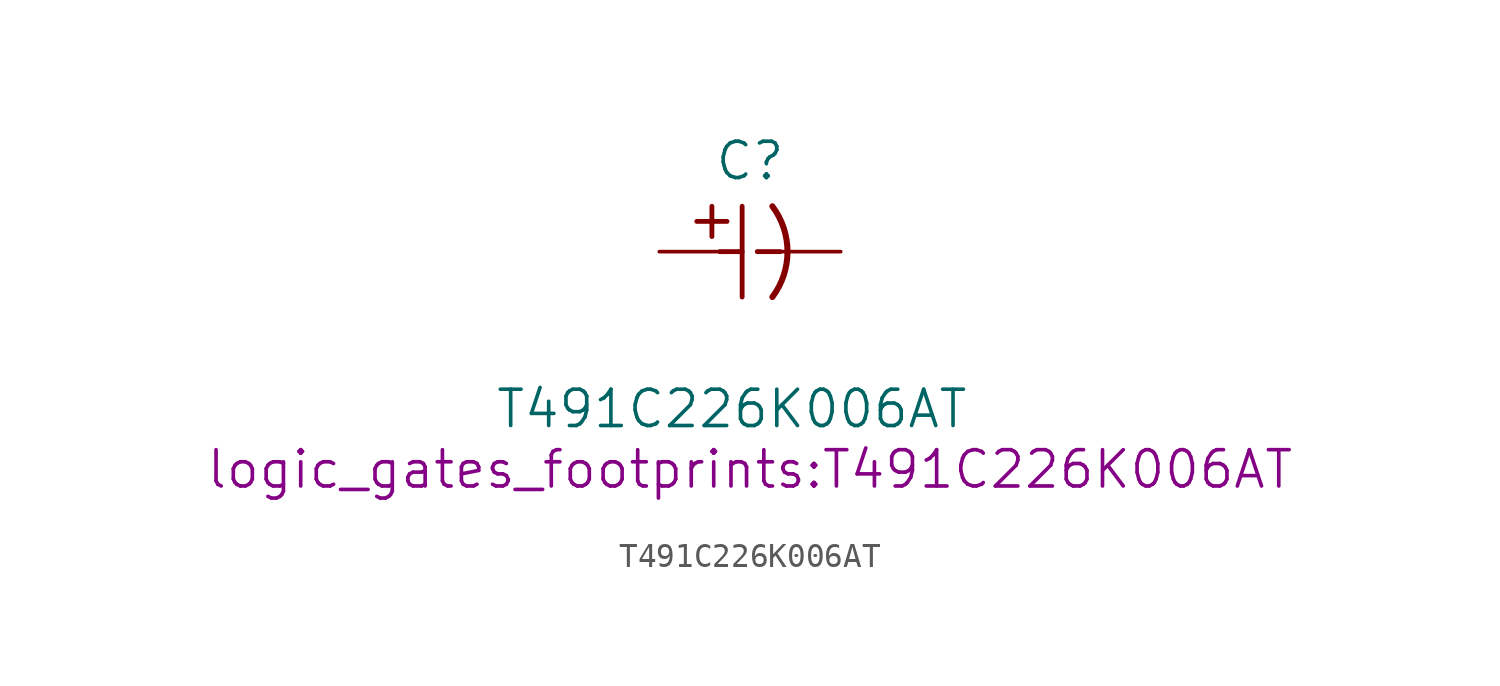
<source format=kicad_sym>
(kicad_symbol_lib
  (version 20211014)
  (generator kicad_symbol_editor)
  (symbol "T491C226K006AT"
    (pin_numbers hide)
    (pin_names
      (offset 1.651) hide)
    (property "Reference" "C"
      (at 3.81 3.81 0)
      (effects (font (size 1.524 1.524))))
    (property "Value" "T491C226K006AT"
      (at 3.048 -6.604 0)
      (effects (font (size 1.524 1.524))))
    (property "Footprint" "logic_gates_footprints:T491C226K006AT"
      (at 3.81 -9.144 0)
      (effects (font (size 1.524 1.524))))
    (symbol "T491C226K006AT_1_1"
      (polyline (pts (xy 1.575 1.27) (xy 2.845 1.27)) (stroke (width 0.203) (type default) (color 0 0 0 0)) (fill (type none)))
      (polyline (pts (xy 2.21 0.635) (xy 2.21 1.905)) (stroke (width 0.203) (type default) (color 0 0 0 0)) (fill (type none)))
      (polyline (pts (xy 2.54 0) (xy 3.48 0)) (stroke (width 0.203) (type default) (color 0 0 0 0)) (fill (type none)))
      (polyline (pts (xy 3.48 -1.905) (xy 3.48 1.905)) (stroke (width 0.203) (type default) (color 0 0 0 0)) (fill (type none)))
      (polyline (pts (xy 4.115 0) (xy 5.08 0)) (stroke (width 0.203) (type default) (color 0 0 0 0)) (fill (type none)))
      (arc (start 4.7498 -1.905) (mid 10.4648 0) (end 4.7498 1.905) (stroke (width 0.254) (type default) (color 0 0 0 0)) (fill (type none)))
      (pin passive line (at 0 0 0) (length 2.54) (name "1" (effects (font (size 1.499 1.499)))) (number "1" (effects (font (size 1.499 1.499)))))
      (pin passive line (at 7.62 0 180) (length 2.54) (name "2" (effects (font (size 1.499 1.499)))) (number "2" (effects (font (size 1.499 1.499))))))))
</source>
